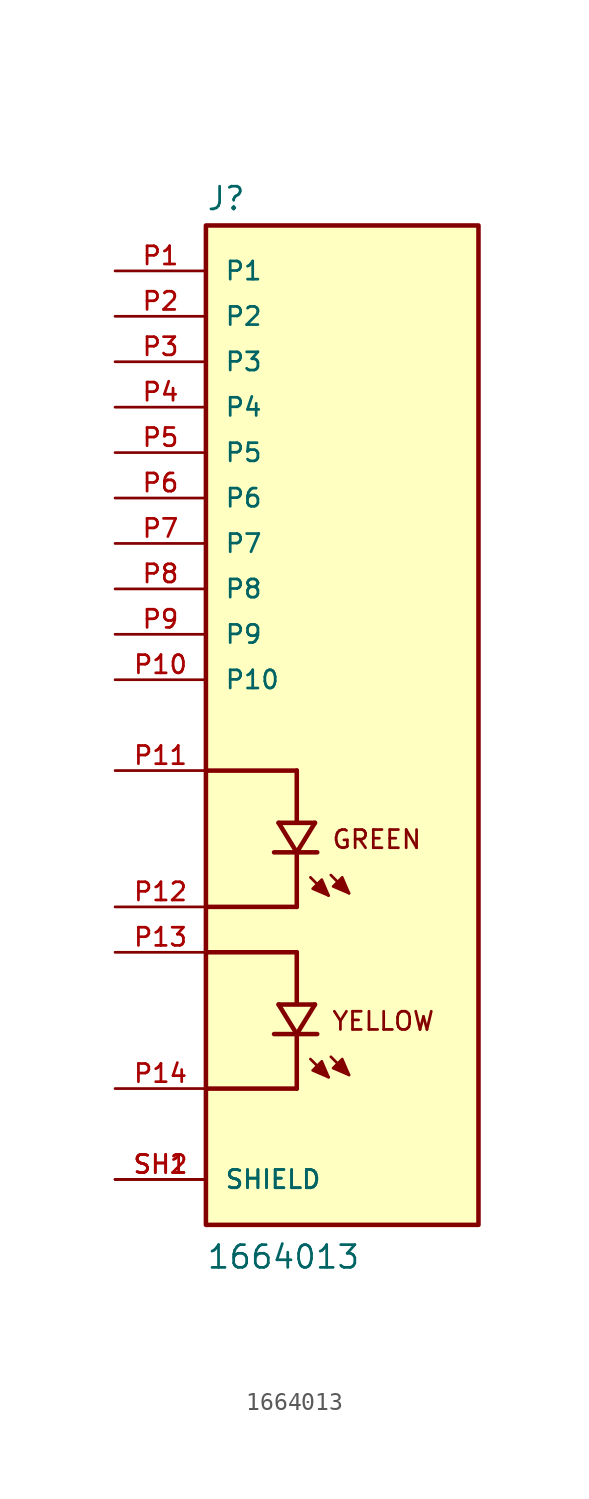
<source format=kicad_sym>
(kicad_symbol_lib
  (version 20211014)
  (generator kicad_symbol_editor)
  (symbol "1664013"
    (pin_names
      (offset 1.016))
    (property "Reference" "J"
      (at -7.62 28.702 0)
      (effects (font (size 1.27 1.27)) (justify bottom left)))
    (property "Value" "1664013"
      (at -7.62 -30.48 0)
      (effects (font (size 1.27 1.27)) (justify bottom left)))
    (symbol "1664013_0_0"
      (polyline (pts (xy -1.778 -18.669) (xy -0.762 -19.685)) (stroke (width 0.152)))
      (polyline (pts (xy -0.635 -18.542) (xy 0.381 -19.558)) (stroke (width 0.152)))
      (polyline (pts (xy -0.762 -19.685) (xy -1.651 -19.304) (xy -1.143 -18.796) (xy -0.762 -19.685)) (stroke (width 0.152)) (fill (type outline)))
      (polyline (pts (xy 0.381 -19.558) (xy -0.508 -19.177) (xy 0.0 -18.669) (xy 0.381 -19.558)) (stroke (width 0.152)) (fill (type outline)))
      (text "GREEN" (at -0.635 -6.985 0) (effects (font (size 1.016 1.016)) (justify bottom left)))
      (polyline (pts (xy -1.524 -15.621) (xy -2.54 -17.272)) (stroke (width 0.254)))
      (polyline (pts (xy -2.54 -17.272) (xy -3.556 -15.621)) (stroke (width 0.254)))
      (polyline (pts (xy -1.397 -17.272) (xy -2.54 -17.272)) (stroke (width 0.254)))
      (polyline (pts (xy -2.54 -17.272) (xy -3.81 -17.272)) (stroke (width 0.254)))
      (polyline (pts (xy -1.524 -15.621) (xy -3.556 -15.621)) (stroke (width 0.254)))
      (polyline (pts (xy -2.54 -12.7) (xy -2.54 -15.494)) (stroke (width 0.254)))
      (polyline (pts (xy -2.54 -17.399) (xy -2.54 -20.32)) (stroke (width 0.254)))
      (polyline (pts (xy -2.54 -20.32) (xy -7.62 -20.32)) (stroke (width 0.254)))
      (polyline (pts (xy -2.54 -12.7) (xy -7.62 -12.7)) (stroke (width 0.254)))
      (polyline (pts (xy -1.778 -8.509) (xy -0.762 -9.525)) (stroke (width 0.152)))
      (polyline (pts (xy -0.635 -8.382) (xy 0.381 -9.398)) (stroke (width 0.152)))
      (polyline (pts (xy -0.762 -9.525) (xy -1.651 -9.144) (xy -1.143 -8.636) (xy -0.762 -9.525)) (stroke (width 0.152)) (fill (type outline)))
      (polyline (pts (xy 0.381 -9.398) (xy -0.508 -9.017) (xy 0.0 -8.509) (xy 0.381 -9.398)) (stroke (width 0.152)) (fill (type outline)))
      (text "YELLOW" (at -0.635 -17.145 0) (effects (font (size 1.016 1.016)) (justify bottom left)))
      (polyline (pts (xy -1.524 -5.461) (xy -2.54 -7.112)) (stroke (width 0.254)))
      (polyline (pts (xy -2.54 -7.112) (xy -3.556 -5.461)) (stroke (width 0.254)))
      (polyline (pts (xy -1.397 -7.112) (xy -2.54 -7.112)) (stroke (width 0.254)))
      (polyline (pts (xy -2.54 -7.112) (xy -3.81 -7.112)) (stroke (width 0.254)))
      (polyline (pts (xy -1.524 -5.461) (xy -3.556 -5.461)) (stroke (width 0.254)))
      (polyline (pts (xy -2.54 -2.54) (xy -2.54 -5.334)) (stroke (width 0.254)))
      (polyline (pts (xy -2.54 -7.239) (xy -2.54 -10.16)) (stroke (width 0.254)))
      (polyline (pts (xy -2.54 -10.16) (xy -7.62 -10.16)) (stroke (width 0.254)))
      (polyline (pts (xy -2.54 -2.54) (xy -7.62 -2.54)) (stroke (width 0.254)))
      (rectangle (start -7.62 -27.94) (end 7.62 27.94) (stroke (width 0.254)) (fill (type background)))
      (pin passive line (at -12.7 25.4 0) (length 5.08) (name "P1" (effects (font (size 1.016 1.016)))) (number "P1" (effects (font (size 1.016 1.016)))))
      (pin passive line (at -12.7 -20.32 0) (length 5.08) (name "~" (effects (font (size 1.016 1.016)))) (number "P14" (effects (font (size 1.016 1.016)))))
      (pin passive line (at -12.7 -12.7 0) (length 5.08) (name "~" (effects (font (size 1.016 1.016)))) (number "P13" (effects (font (size 1.016 1.016)))))
      (pin passive line (at -12.7 -10.16 0) (length 5.08) (name "~" (effects (font (size 1.016 1.016)))) (number "P12" (effects (font (size 1.016 1.016)))))
      (pin passive line (at -12.7 -2.54 0) (length 5.08) (name "~" (effects (font (size 1.016 1.016)))) (number "P11" (effects (font (size 1.016 1.016)))))
      (pin passive line (at -12.7 -25.4 0) (length 5.08) (name "SHIELD" (effects (font (size 1.016 1.016)))) (number "SH1" (effects (font (size 1.016 1.016)))))
      (pin passive line (at -12.7 -25.4 0) (length 5.08) (name "SHIELD" (effects (font (size 1.016 1.016)))) (number "SH2" (effects (font (size 1.016 1.016)))))
      (pin passive line (at -12.7 22.86 0) (length 5.08) (name "P2" (effects (font (size 1.016 1.016)))) (number "P2" (effects (font (size 1.016 1.016)))))
      (pin passive line (at -12.7 20.32 0) (length 5.08) (name "P3" (effects (font (size 1.016 1.016)))) (number "P3" (effects (font (size 1.016 1.016)))))
      (pin passive line (at -12.7 17.78 0) (length 5.08) (name "P4" (effects (font (size 1.016 1.016)))) (number "P4" (effects (font (size 1.016 1.016)))))
      (pin passive line (at -12.7 15.24 0) (length 5.08) (name "P5" (effects (font (size 1.016 1.016)))) (number "P5" (effects (font (size 1.016 1.016)))))
      (pin passive line (at -12.7 12.7 0) (length 5.08) (name "P6" (effects (font (size 1.016 1.016)))) (number "P6" (effects (font (size 1.016 1.016)))))
      (pin passive line (at -12.7 10.16 0) (length 5.08) (name "P7" (effects (font (size 1.016 1.016)))) (number "P7" (effects (font (size 1.016 1.016)))))
      (pin passive line (at -12.7 7.62 0) (length 5.08) (name "P8" (effects (font (size 1.016 1.016)))) (number "P8" (effects (font (size 1.016 1.016)))))
      (pin passive line (at -12.7 5.08 0) (length 5.08) (name "P9" (effects (font (size 1.016 1.016)))) (number "P9" (effects (font (size 1.016 1.016)))))
      (pin passive line (at -12.7 2.54 0) (length 5.08) (name "P10" (effects (font (size 1.016 1.016)))) (number "P10" (effects (font (size 1.016 1.016))))))))
</source>
